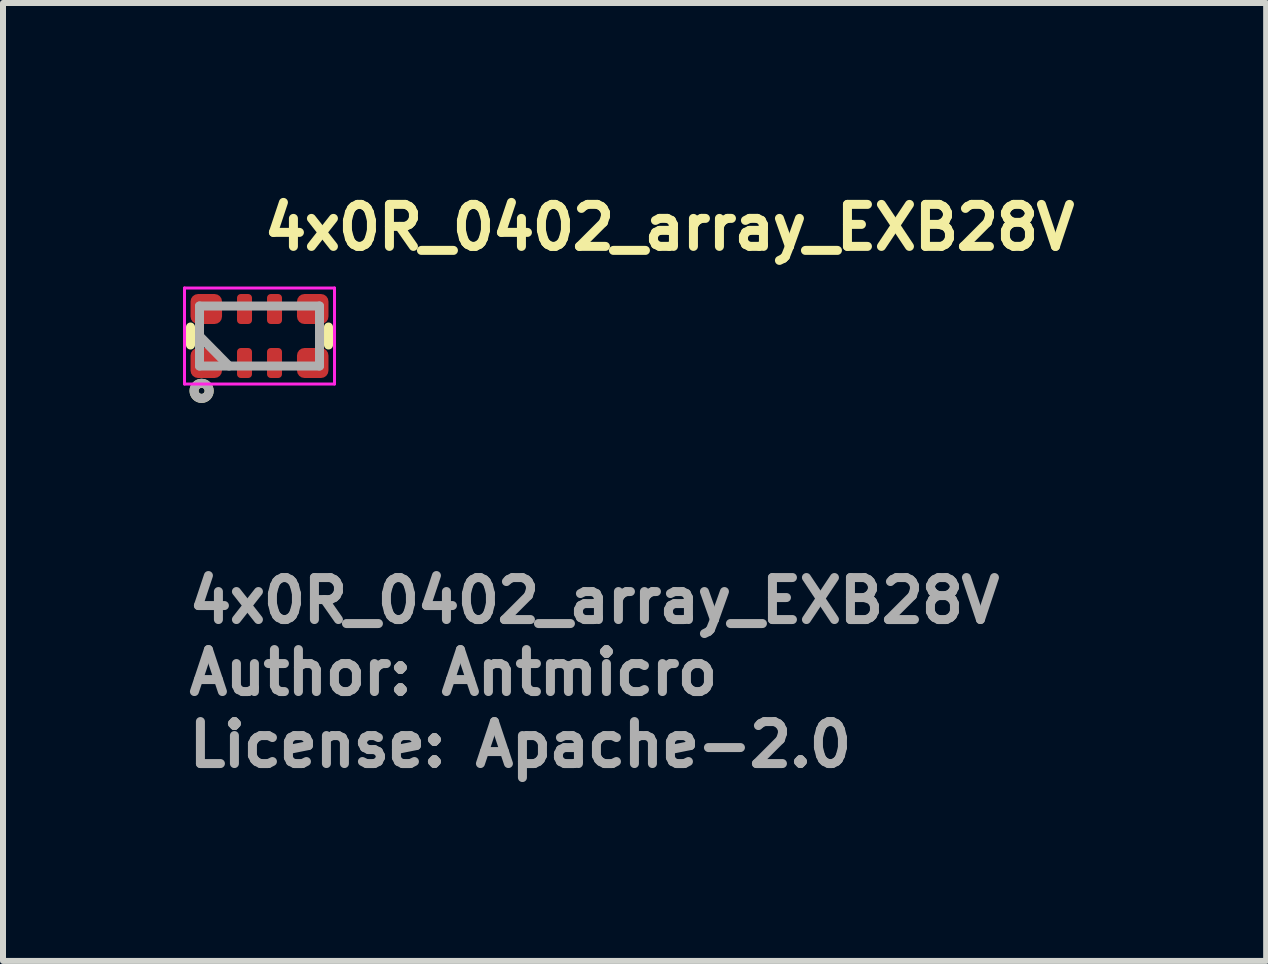
<source format=kicad_pcb>
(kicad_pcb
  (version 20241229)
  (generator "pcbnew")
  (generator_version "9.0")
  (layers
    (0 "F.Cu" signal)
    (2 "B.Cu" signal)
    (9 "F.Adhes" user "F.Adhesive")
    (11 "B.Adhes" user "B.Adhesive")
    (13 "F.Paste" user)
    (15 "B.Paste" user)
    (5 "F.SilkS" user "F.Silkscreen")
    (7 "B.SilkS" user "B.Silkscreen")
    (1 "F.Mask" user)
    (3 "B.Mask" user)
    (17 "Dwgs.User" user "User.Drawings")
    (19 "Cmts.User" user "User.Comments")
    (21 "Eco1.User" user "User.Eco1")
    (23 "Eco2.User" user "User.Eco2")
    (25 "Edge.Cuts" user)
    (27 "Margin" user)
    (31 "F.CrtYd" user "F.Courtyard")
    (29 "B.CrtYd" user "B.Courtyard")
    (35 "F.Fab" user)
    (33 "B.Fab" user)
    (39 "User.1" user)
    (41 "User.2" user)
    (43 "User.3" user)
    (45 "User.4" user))
  (footprint "4x0R_0402_array_EXB28V"
    (layer "F.Cu")
    (at 1.275 2.55)
    (property "Reference" "4x0R_0402_array_EXB28V" (at 0 -1.4 0) (layer "F.SilkS") (effects (font (size 0.7 0.7) (thickness 0.15)) (justify left bottom)))
    (attr smd)
    (fp_line (start -1.15 -0.15) (end -1.15 0.15) (stroke (width 0.15) (type solid)) (layer "F.SilkS"))
    (fp_line (start 1.15 0.15) (end 1.15 -0.15) (stroke (width 0.15) (type solid)) (layer "F.SilkS"))
    (fp_circle (center -0.965 0.914) (end -0.914 0.914) (stroke (width 0.15) (type solid)) (fill no) (layer "F.SilkS"))
    (fp_line (start -1.25 -0.8) (end -1.25 0.8) (stroke (width 0.05) (type solid)) (layer "F.CrtYd"))
    (fp_line (start -1.25 0.8) (end 1.25 0.8) (stroke (width 0.05) (type solid)) (layer "F.CrtYd"))
    (fp_line (start 1.25 -0.8) (end -1.25 -0.8) (stroke (width 0.05) (type solid)) (layer "F.CrtYd"))
    (fp_line (start 1.25 0.8) (end 1.25 -0.8) (stroke (width 0.05) (type solid)) (layer "F.CrtYd"))
    (fp_line (start -1 -0.5) (end 1 -0.5) (stroke (width 0.15) (type solid)) (layer "F.Fab"))
    (fp_line (start -1 0) (end -0.508 0.5) (stroke (width 0.15) (type solid)) (layer "F.Fab"))
    (fp_line (start -1 0.5) (end -1 -0.5) (stroke (width 0.15) (type solid)) (layer "F.Fab"))
    (fp_line (start 1 -0.5) (end 1 0.5) (stroke (width 0.15) (type solid)) (layer "F.Fab"))
    (fp_line (start 1 0.5) (end -1 0.5) (stroke (width 0.15) (type solid)) (layer "F.Fab"))
    (fp_circle (center -0.965 0.914) (end -0.914 0.914) (stroke (width 0.15) (type solid)) (fill no) (layer "F.Fab"))
    (fp_rect (start -1 -0.5) (end 1 0.5) (stroke (width 0.15) (type solid)) (fill no) (layer "User.5"))
    (fp_line (start -1 -0.5) (end -1 -0.295) (stroke (width 0.01) (type solid)) (layer "User.9"))
    (fp_line (start -1 -0.295) (end -1 -0.2) (stroke (width 0.01) (type solid)) (layer "User.9"))
    (fp_line (start -1 0.2) (end -1 0.295) (stroke (width 0.01) (type solid)) (layer "User.9"))
    (fp_line (start -1 0.295) (end -1 0.5) (stroke (width 0.01) (type solid)) (layer "User.9"))
    (fp_line (start -0.995 -0.295) (end -0.995 0.295) (stroke (width 0.01) (type solid)) (layer "User.9"))
    (fp_line (start -0.995 -0.2) (end -1 -0.2) (stroke (width 0.01) (type solid)) (layer "User.9"))
    (fp_line (start -0.995 0.2) (end -1 0.2) (stroke (width 0.01) (type solid)) (layer "User.9"))
    (fp_line (start -0.99 -0.295) (end -1 -0.295) (stroke (width 0.01) (type solid)) (layer "User.9"))
    (fp_line (start -0.99 -0.295) (end -0.99 0.295) (stroke (width 0.01) (type solid)) (layer "User.9"))
    (fp_line (start -0.99 0.295) (end -1 0.295) (stroke (width 0.01) (type solid)) (layer "User.9"))
    (fp_line (start -0.99 0.295) (end -0.6 0.295) (stroke (width 0.01) (type solid)) (layer "User.9"))
    (fp_line (start -0.982 -0.287) (end -0.99 -0.295) (stroke (width 0.01) (type solid)) (layer "User.9"))
    (fp_line (start -0.982 -0.287) (end -0.982 0.287) (stroke (width 0.01) (type solid)) (layer "User.9"))
    (fp_line (start -0.982 0.287) (end -0.99 0.295) (stroke (width 0.01) (type solid)) (layer "User.9"))
    (fp_line (start -0.982 0.287) (end 0.982 0.287) (stroke (width 0.01) (type solid)) (layer "User.9"))
    (fp_line (start -0.6 -0.5) (end -1 -0.5) (stroke (width 0.01) (type solid)) (layer "User.9"))
    (fp_line (start -0.6 -0.5) (end -0.6 -0.295) (stroke (width 0.01) (type solid)) (layer "User.9"))
    (fp_line (start -0.6 -0.295) (end -0.99 -0.295) (stroke (width 0.01) (type solid)) (layer "User.9"))
    (fp_line (start -0.6 0.295) (end -0.6 0.5) (stroke (width 0.01) (type solid)) (layer "User.9"))
    (fp_line (start -0.6 0.295) (end -0.4 0.295) (stroke (width 0.01) (type solid)) (layer "User.9"))
    (fp_line (start -0.6 0.3) (end -0.4 0.3) (stroke (width 0.01) (type solid)) (layer "User.9"))
    (fp_line (start -0.6 0.5) (end -1 0.5) (stroke (width 0.01) (type solid)) (layer "User.9"))
    (fp_line (start -0.4 -0.5) (end -0.4 -0.295) (stroke (width 0.01) (type solid)) (layer "User.9"))
    (fp_line (start -0.4 -0.3) (end -0.6 -0.3) (stroke (width 0.01) (type solid)) (layer "User.9"))
    (fp_line (start -0.4 -0.295) (end -0.6 -0.295) (stroke (width 0.01) (type solid)) (layer "User.9"))
    (fp_line (start -0.4 0.295) (end -0.4 0.5) (stroke (width 0.01) (type solid)) (layer "User.9"))
    (fp_line (start -0.1 -0.5) (end -0.4 -0.5) (stroke (width 0.01) (type solid)) (layer "User.9"))
    (fp_line (start -0.1 -0.5) (end -0.1 -0.295) (stroke (width 0.01) (type solid)) (layer "User.9"))
    (fp_line (start -0.1 -0.295) (end -0.4 -0.295) (stroke (width 0.01) (type solid)) (layer "User.9"))
    (fp_line (start -0.1 0.295) (end -0.4 0.295) (stroke (width 0.01) (type solid)) (layer "User.9"))
    (fp_line (start -0.1 0.295) (end -0.1 0.5) (stroke (width 0.01) (type solid)) (layer "User.9"))
    (fp_line (start -0.1 0.295) (end 0.1 0.295) (stroke (width 0.01) (type solid)) (layer "User.9"))
    (fp_line (start -0.1 0.3) (end 0.1 0.3) (stroke (width 0.01) (type solid)) (layer "User.9"))
    (fp_line (start -0.1 0.5) (end -0.4 0.5) (stroke (width 0.01) (type solid)) (layer "User.9"))
    (fp_line (start 0.1 -0.5) (end 0.1 -0.295) (stroke (width 0.01) (type solid)) (layer "User.9"))
    (fp_line (start 0.1 -0.3) (end -0.1 -0.3) (stroke (width 0.01) (type solid)) (layer "User.9"))
    (fp_line (start 0.1 -0.295) (end -0.1 -0.295) (stroke (width 0.01) (type solid)) (layer "User.9"))
    (fp_line (start 0.1 0.295) (end 0.1 0.5) (stroke (width 0.01) (type solid)) (layer "User.9"))
    (fp_line (start 0.4 -0.5) (end 0.1 -0.5) (stroke (width 0.01) (type solid)) (layer "User.9"))
    (fp_line (start 0.4 -0.5) (end 0.4 -0.295) (stroke (width 0.01) (type solid)) (layer "User.9"))
    (fp_line (start 0.4 -0.295) (end 0.1 -0.295) (stroke (width 0.01) (type solid)) (layer "User.9"))
    (fp_line (start 0.4 0.295) (end 0.1 0.295) (stroke (width 0.01) (type solid)) (layer "User.9"))
    (fp_line (start 0.4 0.295) (end 0.4 0.5) (stroke (width 0.01) (type solid)) (layer "User.9"))
    (fp_line (start 0.4 0.295) (end 0.6 0.295) (stroke (width 0.01) (type solid)) (layer "User.9"))
    (fp_line (start 0.4 0.3) (end 0.6 0.3) (stroke (width 0.01) (type solid)) (layer "User.9"))
    (fp_line (start 0.4 0.5) (end 0.1 0.5) (stroke (width 0.01) (type solid)) (layer "User.9"))
    (fp_line (start 0.6 -0.5) (end 0.6 -0.295) (stroke (width 0.01) (type solid)) (layer "User.9"))
    (fp_line (start 0.6 -0.5) (end 1 -0.5) (stroke (width 0.01) (type solid)) (layer "User.9"))
    (fp_line (start 0.6 -0.3) (end 0.4 -0.3) (stroke (width 0.01) (type solid)) (layer "User.9"))
    (fp_line (start 0.6 -0.295) (end 0.4 -0.295) (stroke (width 0.01) (type solid)) (layer "User.9"))
    (fp_line (start 0.6 0.295) (end 0.6 0.5) (stroke (width 0.01) (type solid)) (layer "User.9"))
    (fp_line (start 0.6 0.295) (end 0.99 0.295) (stroke (width 0.01) (type solid)) (layer "User.9"))
    (fp_line (start 0.6 0.5) (end 1 0.5) (stroke (width 0.01) (type solid)) (layer "User.9"))
    (fp_line (start 0.982 -0.287) (end -0.982 -0.287) (stroke (width 0.01) (type solid)) (layer "User.9"))
    (fp_line (start 0.982 -0.287) (end 0.99 -0.295) (stroke (width 0.01) (type solid)) (layer "User.9"))
    (fp_line (start 0.982 0.287) (end 0.982 -0.287) (stroke (width 0.01) (type solid)) (layer "User.9"))
    (fp_line (start 0.982 0.287) (end 0.99 0.295) (stroke (width 0.01) (type solid)) (layer "User.9"))
    (fp_line (start 0.99 -0.295) (end 0.6 -0.295) (stroke (width 0.01) (type solid)) (layer "User.9"))
    (fp_line (start 0.99 -0.295) (end 1 -0.295) (stroke (width 0.01) (type solid)) (layer "User.9"))
    (fp_line (start 0.99 0.295) (end 0.99 -0.295) (stroke (width 0.01) (type solid)) (layer "User.9"))
    (fp_line (start 0.99 0.295) (end 1 0.295) (stroke (width 0.01) (type solid)) (layer "User.9"))
    (fp_line (start 0.995 -0.2) (end 1 -0.2) (stroke (width 0.01) (type solid)) (layer "User.9"))
    (fp_line (start 0.995 0.2) (end 1 0.2) (stroke (width 0.01) (type solid)) (layer "User.9"))
    (fp_line (start 0.995 0.295) (end 0.995 -0.295) (stroke (width 0.01) (type solid)) (layer "User.9"))
    (fp_line (start 1 -0.5) (end 1 -0.295) (stroke (width 0.01) (type solid)) (layer "User.9"))
    (fp_line (start 1 -0.295) (end 1 -0.2) (stroke (width 0.01) (type solid)) (layer "User.9"))
    (fp_line (start 1 0.2) (end 1 0.295) (stroke (width 0.01) (type solid)) (layer "User.9"))
    (fp_line (start 1 0.295) (end 1 0.5) (stroke (width 0.01) (type solid)) (layer "User.9"))
    (fp_text user "License: Apache-2.0" (at -1.25 7.219 0) (layer "F.Fab") (effects (font (size 0.7 0.7) (thickness 0.15)) (justify left bottom)))
    (fp_text user "${REFERENCE}" (at -1.25 4.819 0) (layer "F.Fab") (effects (font (size 0.7 0.7) (thickness 0.15)) (justify left bottom)))
    (fp_text user "Author: Antmicro" (at -1.25 6.019 0) (layer "F.Fab") (effects (font (size 0.7 0.7) (thickness 0.15)) (justify left bottom)))
    (pad "1" smd roundrect (at -0.887 0.45) (size 0.525 0.5) (layers "F.Cu" "F.Mask" "F.Paste") (roundrect_rratio 0.25))
    (pad "2" smd roundrect (at -0.25 0.45) (size 0.25 0.5) (layers "F.Cu" "F.Mask" "F.Paste") (roundrect_rratio 0.25))
    (pad "3" smd roundrect (at 0.25 0.45) (size 0.25 0.5) (layers "F.Cu" "F.Mask" "F.Paste") (roundrect_rratio 0.25))
    (pad "4" smd roundrect (at 0.887 0.45) (size 0.525 0.5) (layers "F.Cu" "F.Mask" "F.Paste") (roundrect_rratio 0.25))
    (pad "5" smd roundrect (at 0.887 -0.45) (size 0.525 0.5) (layers "F.Cu" "F.Mask" "F.Paste") (roundrect_rratio 0.25))
    (pad "6" smd roundrect (at 0.25 -0.45) (size 0.25 0.5) (layers "F.Cu" "F.Mask" "F.Paste") (roundrect_rratio 0.25))
    (pad "7" smd roundrect (at -0.25 -0.45) (size 0.25 0.5) (layers "F.Cu" "F.Mask" "F.Paste") (roundrect_rratio 0.25))
    (pad "8" smd roundrect (at -0.887 -0.45) (size 0.525 0.5) (layers "F.Cu" "F.Mask" "F.Paste") (roundrect_rratio 0.25)))
  (gr_rect
    (start -3 -3)
    (end 18.052 12.965)
    (stroke (width 0.1) (type default))
    (fill no)
    (layer "Edge.Cuts")))
</source>
